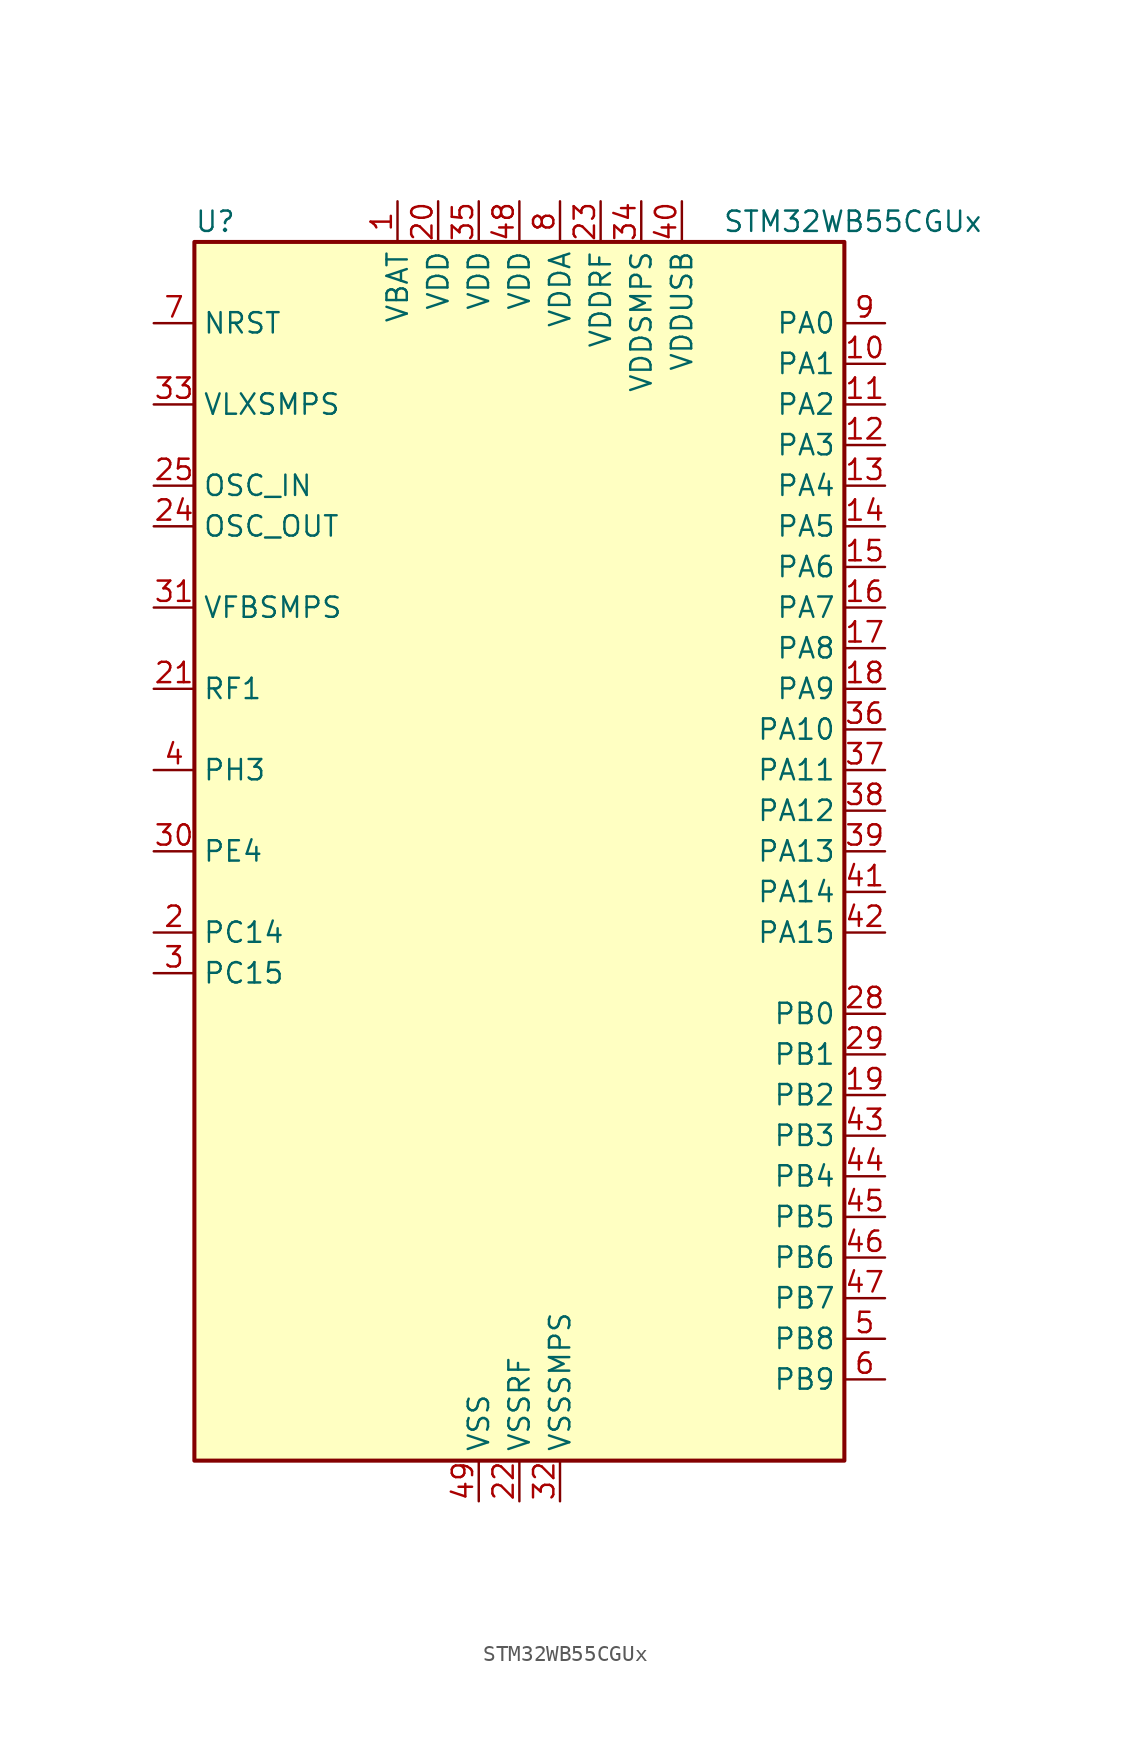
<source format=kicad_sym>
(kicad_symbol_lib
  (version 20241209)
  (generator "kicad_symbol_editor")
  (generator_version "9.0")
  (symbol "STM32WB55CGUx"
    (property "Reference" "U"
      (at -20.32 39.37 0)
      (effects (font (size 1.27 1.27)) (justify left)))
    (property "Value" "STM32WB55CGUx"
      (at 12.7 39.37 0)
      (effects (font (size 1.27 1.27)) (justify left)))
    (symbol "STM32WB55CGUx_0_1"
      (rectangle (start -20.32 -38.1) (end 20.32 38.1) (stroke (width 0.254) (type default)) (fill (type background))))
    (symbol "STM32WB55CGUx_1_1"
      (pin input line (at -22.86 33.02 0) (length 2.54) (name "NRST" (effects (font (size 1.27 1.27)))) (number "7" (effects (font (size 1.27 1.27)))))
      (pin power_in line (at -22.86 27.94 0) (length 2.54) (name "VLXSMPS" (effects (font (size 1.27 1.27)))) (number "33" (effects (font (size 1.27 1.27)))))
      (pin input line (at -22.86 22.86 0) (length 2.54) (name "OSC_IN" (effects (font (size 1.27 1.27)))) (number "25" (effects (font (size 1.27 1.27)))) (alternate "RCC_OSC_IN" bidirectional line))
      (pin input line (at -22.86 20.32 0) (length 2.54) (name "OSC_OUT" (effects (font (size 1.27 1.27)))) (number "24" (effects (font (size 1.27 1.27)))) (alternate "RCC_OSC_OUT" bidirectional line))
      (pin input line (at -22.86 15.24 0) (length 2.54) (name "VFBSMPS" (effects (font (size 1.27 1.27)))) (number "31" (effects (font (size 1.27 1.27)))))
      (pin bidirectional line (at -22.86 10.16 0) (length 2.54) (name "RF1" (effects (font (size 1.27 1.27)))) (number "21" (effects (font (size 1.27 1.27)))) (alternate "RF_RF1" bidirectional line))
      (pin bidirectional line (at -22.86 5.08 0) (length 2.54) (name "PH3" (effects (font (size 1.27 1.27)))) (number "4" (effects (font (size 1.27 1.27)))) (alternate "RCC_LSCO" bidirectional line))
      (pin bidirectional line (at -22.86 0 0) (length 2.54) (name "PE4" (effects (font (size 1.27 1.27)))) (number "30" (effects (font (size 1.27 1.27)))))
      (pin bidirectional line (at -22.86 -5.08 0) (length 2.54) (name "PC14" (effects (font (size 1.27 1.27)))) (number "2" (effects (font (size 1.27 1.27)))) (alternate "RCC_OSC32_IN" bidirectional line))
      (pin bidirectional line (at -22.86 -7.62 0) (length 2.54) (name "PC15" (effects (font (size 1.27 1.27)))) (number "3" (effects (font (size 1.27 1.27)))) (alternate "ADC1_EXTI15" bidirectional line) (alternate "RCC_OSC32_OUT" bidirectional line))
      (pin no_connect line (at -20.32 -35.56 0) (length 2.54) (hide yes) (name "AT1" (effects (font (size 1.27 1.27)))) (number "27" (effects (font (size 1.27 1.27)))))
      (pin no_connect line (at -20.32 -38.1 0) (length 2.54) (hide yes) (name "AT0" (effects (font (size 1.27 1.27)))) (number "26" (effects (font (size 1.27 1.27)))))
      (pin power_in line (at -7.62 40.64 270) (length 2.54) (name "VBAT" (effects (font (size 1.27 1.27)))) (number "1" (effects (font (size 1.27 1.27)))))
      (pin power_in line (at -5.08 40.64 270) (length 2.54) (name "VDD" (effects (font (size 1.27 1.27)))) (number "20" (effects (font (size 1.27 1.27)))))
      (pin power_in line (at -2.54 40.64 270) (length 2.54) (name "VDD" (effects (font (size 1.27 1.27)))) (number "35" (effects (font (size 1.27 1.27)))))
      (pin power_in line (at -2.54 -40.64 90) (length 2.54) (name "VSS" (effects (font (size 1.27 1.27)))) (number "49" (effects (font (size 1.27 1.27)))))
      (pin power_in line (at 0 40.64 270) (length 2.54) (name "VDD" (effects (font (size 1.27 1.27)))) (number "48" (effects (font (size 1.27 1.27)))))
      (pin power_in line (at 0 -40.64 90) (length 2.54) (name "VSSRF" (effects (font (size 1.27 1.27)))) (number "22" (effects (font (size 1.27 1.27)))))
      (pin power_in line (at 2.54 40.64 270) (length 2.54) (name "VDDA" (effects (font (size 1.27 1.27)))) (number "8" (effects (font (size 1.27 1.27)))))
      (pin power_in line (at 2.54 -40.64 90) (length 2.54) (name "VSSSMPS" (effects (font (size 1.27 1.27)))) (number "32" (effects (font (size 1.27 1.27)))))
      (pin power_in line (at 5.08 40.64 270) (length 2.54) (name "VDDRF" (effects (font (size 1.27 1.27)))) (number "23" (effects (font (size 1.27 1.27)))))
      (pin power_in line (at 7.62 40.64 270) (length 2.54) (name "VDDSMPS" (effects (font (size 1.27 1.27)))) (number "34" (effects (font (size 1.27 1.27)))))
      (pin power_in line (at 10.16 40.64 270) (length 2.54) (name "VDDUSB" (effects (font (size 1.27 1.27)))) (number "40" (effects (font (size 1.27 1.27)))))
      (pin bidirectional line (at 22.86 33.02 180) (length 2.54) (name "PA0" (effects (font (size 1.27 1.27)))) (number "9" (effects (font (size 1.27 1.27)))) (alternate "ADC1_IN5" bidirectional line) (alternate "COMP1_INM" bidirectional line) (alternate "COMP1_OUT" bidirectional line) (alternate "RTC_TAMP2" bidirectional line) (alternate "SAI1_EXTCLK" bidirectional line) (alternate "SYS_WKUP1" bidirectional line) (alternate "TIM2_CH1" bidirectional line) (alternate "TIM2_ETR" bidirectional line))
      (pin bidirectional line (at 22.86 30.48 180) (length 2.54) (name "PA1" (effects (font (size 1.27 1.27)))) (number "10" (effects (font (size 1.27 1.27)))) (alternate "ADC1_IN6" bidirectional line) (alternate "COMP1_INP" bidirectional line) (alternate "I2C1_SMBA" bidirectional line) (alternate "LCD_SEG0" bidirectional line) (alternate "SPI1_SCK" bidirectional line) (alternate "TIM2_CH2" bidirectional line))
      (pin bidirectional line (at 22.86 27.94 180) (length 2.54) (name "PA2" (effects (font (size 1.27 1.27)))) (number "11" (effects (font (size 1.27 1.27)))) (alternate "ADC1_IN7" bidirectional line) (alternate "COMP2_INM" bidirectional line) (alternate "COMP2_OUT" bidirectional line) (alternate "LCD_SEG1" bidirectional line) (alternate "LPUART1_TX" bidirectional line) (alternate "QUADSPI_BK1_NCS" bidirectional line) (alternate "RCC_LSCO" bidirectional line) (alternate "SYS_WKUP4" bidirectional line) (alternate "TIM2_CH3" bidirectional line))
      (pin bidirectional line (at 22.86 25.4 180) (length 2.54) (name "PA3" (effects (font (size 1.27 1.27)))) (number "12" (effects (font (size 1.27 1.27)))) (alternate "ADC1_IN8" bidirectional line) (alternate "COMP2_INP" bidirectional line) (alternate "LCD_SEG2" bidirectional line) (alternate "LPUART1_RX" bidirectional line) (alternate "QUADSPI_CLK" bidirectional line) (alternate "SAI1_CK1" bidirectional line) (alternate "SAI1_MCLK_A" bidirectional line) (alternate "TIM2_CH4" bidirectional line))
      (pin bidirectional line (at 22.86 22.86 180) (length 2.54) (name "PA4" (effects (font (size 1.27 1.27)))) (number "13" (effects (font (size 1.27 1.27)))) (alternate "ADC1_IN9" bidirectional line) (alternate "COMP1_INM" bidirectional line) (alternate "COMP2_INM" bidirectional line) (alternate "LCD_SEG5" bidirectional line) (alternate "LPTIM2_OUT" bidirectional line) (alternate "SAI1_FS_B" bidirectional line) (alternate "SPI1_NSS" bidirectional line))
      (pin bidirectional line (at 22.86 20.32 180) (length 2.54) (name "PA5" (effects (font (size 1.27 1.27)))) (number "14" (effects (font (size 1.27 1.27)))) (alternate "ADC1_IN10" bidirectional line) (alternate "COMP1_INM" bidirectional line) (alternate "COMP2_INM" bidirectional line) (alternate "LPTIM2_ETR" bidirectional line) (alternate "SAI1_SD_B" bidirectional line) (alternate "SPI1_SCK" bidirectional line) (alternate "TIM2_CH1" bidirectional line) (alternate "TIM2_ETR" bidirectional line))
      (pin bidirectional line (at 22.86 17.78 180) (length 2.54) (name "PA6" (effects (font (size 1.27 1.27)))) (number "15" (effects (font (size 1.27 1.27)))) (alternate "ADC1_IN11" bidirectional line) (alternate "LCD_SEG3" bidirectional line) (alternate "LPUART1_CTS" bidirectional line) (alternate "QUADSPI_BK1_IO3" bidirectional line) (alternate "SPI1_MISO" bidirectional line) (alternate "TIM16_CH1" bidirectional line) (alternate "TIM1_BKIN" bidirectional line))
      (pin bidirectional line (at 22.86 15.24 180) (length 2.54) (name "PA7" (effects (font (size 1.27 1.27)))) (number "16" (effects (font (size 1.27 1.27)))) (alternate "ADC1_IN12" bidirectional line) (alternate "COMP2_OUT" bidirectional line) (alternate "I2C3_SCL" bidirectional line) (alternate "LCD_SEG4" bidirectional line) (alternate "QUADSPI_BK1_IO2" bidirectional line) (alternate "SPI1_MOSI" bidirectional line) (alternate "TIM17_CH1" bidirectional line) (alternate "TIM1_CH1N" bidirectional line))
      (pin bidirectional line (at 22.86 12.7 180) (length 2.54) (name "PA8" (effects (font (size 1.27 1.27)))) (number "17" (effects (font (size 1.27 1.27)))) (alternate "ADC1_IN15" bidirectional line) (alternate "LCD_COM0" bidirectional line) (alternate "LPTIM2_OUT" bidirectional line) (alternate "RCC_MCO" bidirectional line) (alternate "SAI1_CK2" bidirectional line) (alternate "SAI1_SCK_A" bidirectional line) (alternate "TIM1_CH1" bidirectional line) (alternate "USART1_CK" bidirectional line))
      (pin bidirectional line (at 22.86 10.16 180) (length 2.54) (name "PA9" (effects (font (size 1.27 1.27)))) (number "18" (effects (font (size 1.27 1.27)))) (alternate "ADC1_IN16" bidirectional line) (alternate "COMP1_INM" bidirectional line) (alternate "I2C1_SCL" bidirectional line) (alternate "LCD_COM1" bidirectional line) (alternate "SAI1_D2" bidirectional line) (alternate "SAI1_FS_A" bidirectional line) (alternate "TIM1_CH2" bidirectional line) (alternate "USART1_TX" bidirectional line))
      (pin bidirectional line (at 22.86 7.62 180) (length 2.54) (name "PA10" (effects (font (size 1.27 1.27)))) (number "36" (effects (font (size 1.27 1.27)))) (alternate "CRS_SYNC" bidirectional line) (alternate "I2C1_SDA" bidirectional line) (alternate "LCD_COM2" bidirectional line) (alternate "SAI1_D1" bidirectional line) (alternate "SAI1_SD_A" bidirectional line) (alternate "TIM17_BKIN" bidirectional line) (alternate "TIM1_CH3" bidirectional line) (alternate "USART1_RX" bidirectional line))
      (pin bidirectional line (at 22.86 5.08 180) (length 2.54) (name "PA11" (effects (font (size 1.27 1.27)))) (number "37" (effects (font (size 1.27 1.27)))) (alternate "ADC1_EXTI11" bidirectional line) (alternate "SPI1_MISO" bidirectional line) (alternate "TIM1_BKIN2" bidirectional line) (alternate "TIM1_CH4" bidirectional line) (alternate "USART1_CTS" bidirectional line) (alternate "USART1_NSS" bidirectional line) (alternate "USB_DM" bidirectional line))
      (pin bidirectional line (at 22.86 2.54 180) (length 2.54) (name "PA12" (effects (font (size 1.27 1.27)))) (number "38" (effects (font (size 1.27 1.27)))) (alternate "LPUART1_RX" bidirectional line) (alternate "SPI1_MOSI" bidirectional line) (alternate "TIM1_ETR" bidirectional line) (alternate "USART1_DE" bidirectional line) (alternate "USART1_RTS" bidirectional line) (alternate "USB_DP" bidirectional line))
      (pin bidirectional line (at 22.86 0 180) (length 2.54) (name "PA13" (effects (font (size 1.27 1.27)))) (number "39" (effects (font (size 1.27 1.27)))) (alternate "IR_OUT" bidirectional line) (alternate "SAI1_SD_B" bidirectional line) (alternate "SYS_JTMS-SWDIO" bidirectional line) (alternate "USB_NOE" bidirectional line))
      (pin bidirectional line (at 22.86 -2.54 180) (length 2.54) (name "PA14" (effects (font (size 1.27 1.27)))) (number "41" (effects (font (size 1.27 1.27)))) (alternate "I2C1_SMBA" bidirectional line) (alternate "LCD_SEG5" bidirectional line) (alternate "LPTIM1_OUT" bidirectional line) (alternate "SAI1_FS_B" bidirectional line) (alternate "SYS_JTCK-SWCLK" bidirectional line))
      (pin bidirectional line (at 22.86 -5.08 180) (length 2.54) (name "PA15" (effects (font (size 1.27 1.27)))) (number "42" (effects (font (size 1.27 1.27)))) (alternate "ADC1_EXTI15" bidirectional line) (alternate "LCD_SEG17" bidirectional line) (alternate "RCC_MCO" bidirectional line) (alternate "SPI1_NSS" bidirectional line) (alternate "SYS_JTDI" bidirectional line) (alternate "TIM2_CH1" bidirectional line) (alternate "TIM2_ETR" bidirectional line))
      (pin bidirectional line (at 22.86 -10.16 180) (length 2.54) (name "PB0" (effects (font (size 1.27 1.27)))) (number "28" (effects (font (size 1.27 1.27)))) (alternate "COMP1_OUT" bidirectional line) (alternate "RF_TX_MOD_EXT_PA" bidirectional line))
      (pin bidirectional line (at 22.86 -12.7 180) (length 2.54) (name "PB1" (effects (font (size 1.27 1.27)))) (number "29" (effects (font (size 1.27 1.27)))) (alternate "LPTIM2_IN1" bidirectional line) (alternate "LPUART1_DE" bidirectional line) (alternate "LPUART1_RTS" bidirectional line))
      (pin bidirectional line (at 22.86 -15.24 180) (length 2.54) (name "PB2" (effects (font (size 1.27 1.27)))) (number "19" (effects (font (size 1.27 1.27)))) (alternate "COMP1_INP" bidirectional line) (alternate "I2C3_SMBA" bidirectional line) (alternate "LCD_VLCD" bidirectional line) (alternate "LPTIM1_OUT" bidirectional line) (alternate "RTC_OUT2" bidirectional line) (alternate "SAI1_EXTCLK" bidirectional line) (alternate "SPI1_NSS" bidirectional line))
      (pin bidirectional line (at 22.86 -17.78 180) (length 2.54) (name "PB3" (effects (font (size 1.27 1.27)))) (number "43" (effects (font (size 1.27 1.27)))) (alternate "COMP2_INM" bidirectional line) (alternate "LCD_SEG7" bidirectional line) (alternate "SAI1_SCK_B" bidirectional line) (alternate "SPI1_SCK" bidirectional line) (alternate "SYS_JTDO-SWO" bidirectional line) (alternate "TIM2_CH2" bidirectional line) (alternate "USART1_DE" bidirectional line) (alternate "USART1_RTS" bidirectional line))
      (pin bidirectional line (at 22.86 -20.32 180) (length 2.54) (name "PB4" (effects (font (size 1.27 1.27)))) (number "44" (effects (font (size 1.27 1.27)))) (alternate "COMP2_INP" bidirectional line) (alternate "I2C3_SDA" bidirectional line) (alternate "LCD_SEG8" bidirectional line) (alternate "SAI1_MCLK_B" bidirectional line) (alternate "SPI1_MISO" bidirectional line) (alternate "SYS_JTRST" bidirectional line) (alternate "TIM17_BKIN" bidirectional line) (alternate "USART1_CTS" bidirectional line) (alternate "USART1_NSS" bidirectional line))
      (pin bidirectional line (at 22.86 -22.86 180) (length 2.54) (name "PB5" (effects (font (size 1.27 1.27)))) (number "45" (effects (font (size 1.27 1.27)))) (alternate "COMP2_OUT" bidirectional line) (alternate "I2C1_SMBA" bidirectional line) (alternate "LCD_SEG9" bidirectional line) (alternate "LPTIM1_IN1" bidirectional line) (alternate "LPUART1_TX" bidirectional line) (alternate "SAI1_SD_B" bidirectional line) (alternate "SPI1_MOSI" bidirectional line) (alternate "TIM16_BKIN" bidirectional line) (alternate "USART1_CK" bidirectional line))
      (pin bidirectional line (at 22.86 -25.4 180) (length 2.54) (name "PB6" (effects (font (size 1.27 1.27)))) (number "46" (effects (font (size 1.27 1.27)))) (alternate "COMP2_INP" bidirectional line) (alternate "I2C1_SCL" bidirectional line) (alternate "LCD_SEG6" bidirectional line) (alternate "LPTIM1_ETR" bidirectional line) (alternate "RCC_MCO" bidirectional line) (alternate "SAI1_FS_B" bidirectional line) (alternate "TIM16_CH1N" bidirectional line) (alternate "USART1_TX" bidirectional line))
      (pin bidirectional line (at 22.86 -27.94 180) (length 2.54) (name "PB7" (effects (font (size 1.27 1.27)))) (number "47" (effects (font (size 1.27 1.27)))) (alternate "COMP2_INM" bidirectional line) (alternate "I2C1_SDA" bidirectional line) (alternate "LCD_SEG21" bidirectional line) (alternate "LPTIM1_IN2" bidirectional line) (alternate "SYS_PVD_IN" bidirectional line) (alternate "TIM17_CH1N" bidirectional line) (alternate "TIM1_BKIN" bidirectional line) (alternate "USART1_RX" bidirectional line))
      (pin bidirectional line (at 22.86 -30.48 180) (length 2.54) (name "PB8" (effects (font (size 1.27 1.27)))) (number "5" (effects (font (size 1.27 1.27)))) (alternate "I2C1_SCL" bidirectional line) (alternate "LCD_SEG16" bidirectional line) (alternate "QUADSPI_BK1_IO1" bidirectional line) (alternate "SAI1_CK1" bidirectional line) (alternate "SAI1_MCLK_A" bidirectional line) (alternate "TIM16_CH1" bidirectional line) (alternate "TIM1_CH2N" bidirectional line))
      (pin bidirectional line (at 22.86 -33.02 180) (length 2.54) (name "PB9" (effects (font (size 1.27 1.27)))) (number "6" (effects (font (size 1.27 1.27)))) (alternate "I2C1_SDA" bidirectional line) (alternate "IR_OUT" bidirectional line) (alternate "LCD_COM3" bidirectional line) (alternate "QUADSPI_BK1_IO0" bidirectional line) (alternate "SAI1_D2" bidirectional line) (alternate "SAI1_FS_A" bidirectional line) (alternate "TIM17_CH1" bidirectional line) (alternate "TIM1_CH3N" bidirectional line)))))
</source>
